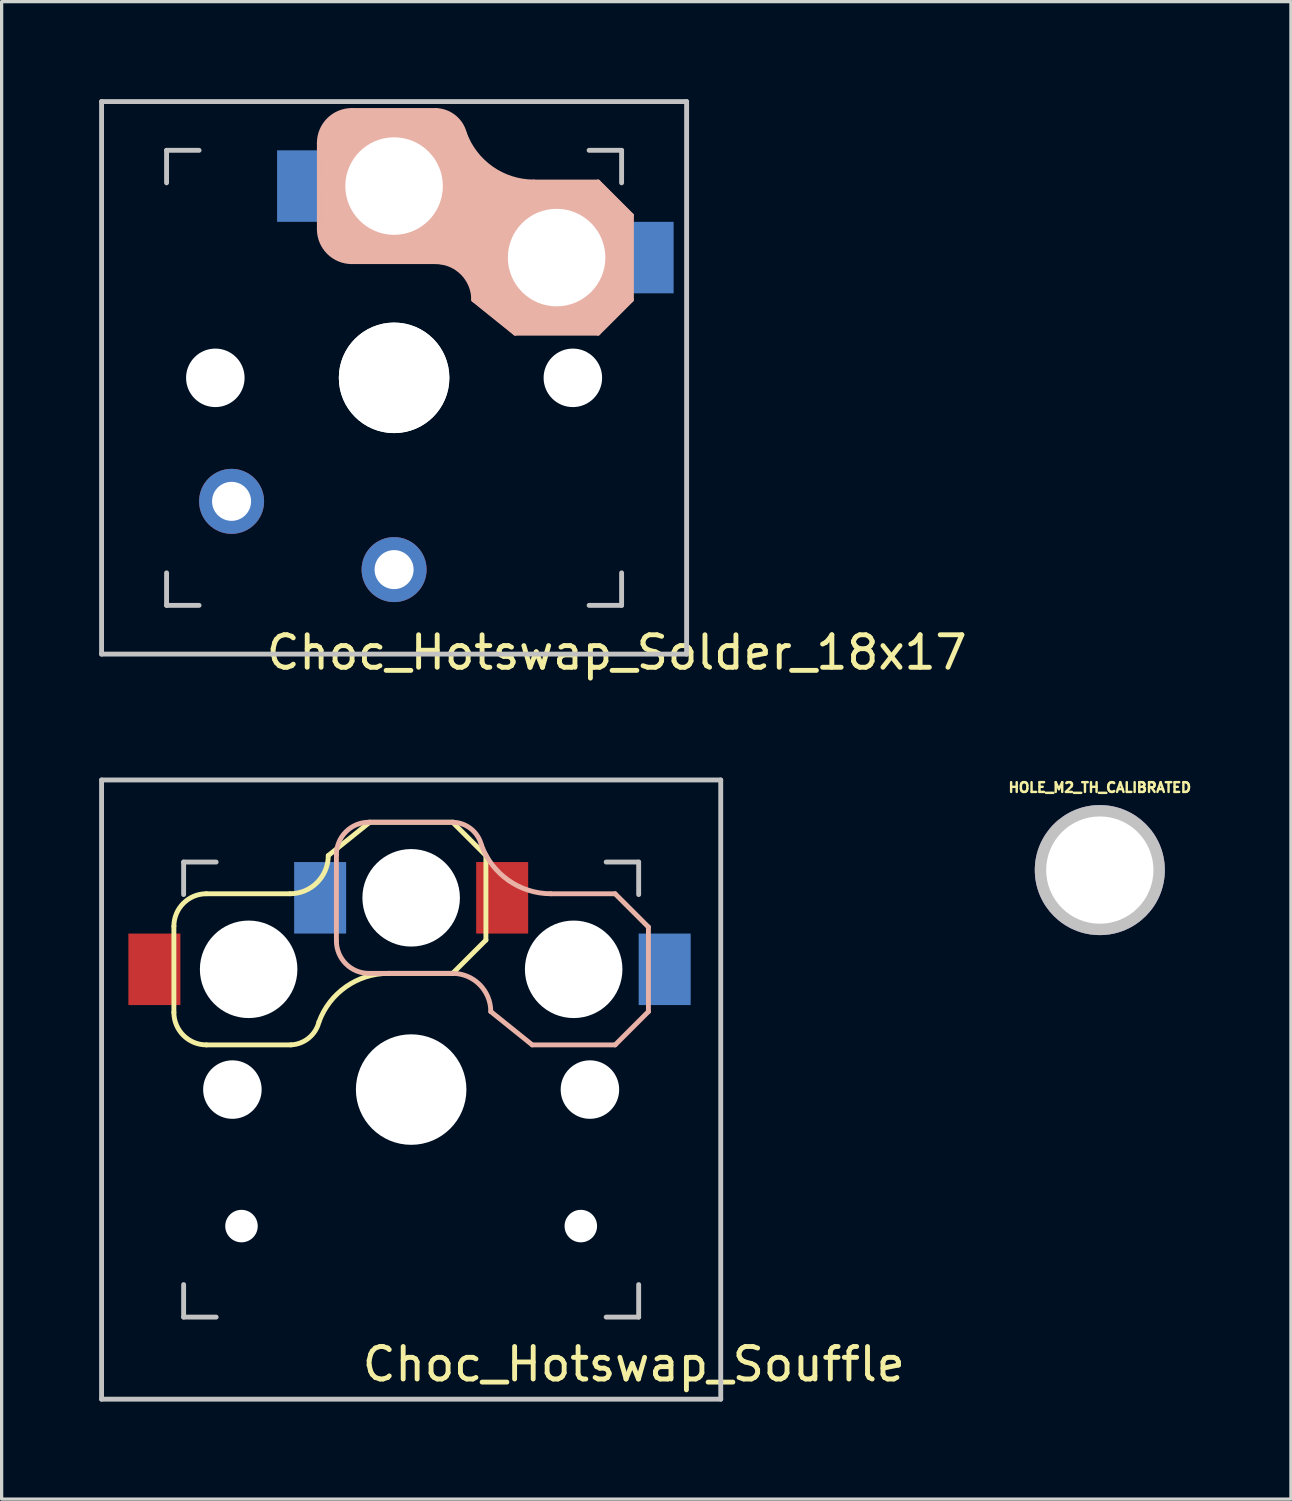
<source format=kicad_pcb>
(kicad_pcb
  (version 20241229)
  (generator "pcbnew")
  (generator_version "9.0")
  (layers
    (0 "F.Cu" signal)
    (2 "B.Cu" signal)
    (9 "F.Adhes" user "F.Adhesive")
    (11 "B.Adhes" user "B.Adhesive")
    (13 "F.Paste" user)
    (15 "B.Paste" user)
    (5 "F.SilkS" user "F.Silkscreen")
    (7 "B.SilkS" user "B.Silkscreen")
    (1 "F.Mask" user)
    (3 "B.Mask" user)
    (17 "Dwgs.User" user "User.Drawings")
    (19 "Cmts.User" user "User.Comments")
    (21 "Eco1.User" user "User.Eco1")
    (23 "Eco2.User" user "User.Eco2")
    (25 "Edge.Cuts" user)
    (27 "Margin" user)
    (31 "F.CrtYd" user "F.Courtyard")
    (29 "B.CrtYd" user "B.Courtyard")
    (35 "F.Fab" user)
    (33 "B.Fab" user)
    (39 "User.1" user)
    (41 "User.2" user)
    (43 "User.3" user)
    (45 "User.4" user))
  (footprint "Choc_Hotswap_Solder_18x17"
    (layer "F.Cu")
    (at 9.075 8.575)
    (property "Reference" "Choc_Hotswap_Solder_18x17" (at 6.85 8.45 180) (layer "F.SilkS") (effects (font (size 1 1) (thickness 0.15))))
    (attr through_hole)
    (fp_line (start -2.3 -4.575) (end -2.3 -7.225) (stroke (width 0.15) (type solid)) (layer "B.SilkS"))
    (fp_line (start -1.3 -7.225) (end 1.2 -7.225) (stroke (width 2) (type solid)) (layer "B.SilkS"))
    (fp_line (start -1.3 -8.225) (end 1.3 -8.225) (stroke (width 0.15) (type solid)) (layer "B.SilkS"))
    (fp_line (start -1.3 -3.575) (end 1.275 -3.575) (stroke (width 0.15) (type solid)) (layer "B.SilkS"))
    (fp_line (start -1.25 -5.9) (end 1.25 -5.9) (stroke (width 2) (type solid)) (layer "B.SilkS"))
    (fp_line (start -1.25 -4.575) (end 1.25 -4.575) (stroke (width 2) (type solid)) (layer "B.SilkS"))
    (fp_line (start -1.244 -4.662) (end -1.244 -7.162) (stroke (width 2) (type solid)) (layer "B.SilkS"))
    (fp_line (start 3.725 -1.375) (end 2.45 -2.4) (stroke (width 0.15) (type solid)) (layer "B.SilkS"))
    (fp_line (start 3.725 -1.375) (end 6.275 -1.375) (stroke (width 0.15) (type solid)) (layer "B.SilkS"))
    (fp_line (start 4.3 -6.025) (end 6.275 -6.025) (stroke (width 0.15) (type solid)) (layer "B.SilkS"))
    (fp_line (start 7.3 -5) (end 6.275 -6.025) (stroke (width 0.15) (type solid)) (layer "B.SilkS"))
    (fp_line (start 7.3 -2.4) (end 6.275 -1.375) (stroke (width 0.15) (type solid)) (layer "B.SilkS"))
    (fp_line (start 7.3 -2.4) (end 7.3 -5) (stroke (width 0.15) (type solid)) (layer "B.SilkS"))
    (fp_arc (start -2.3 -7.225) (mid -2.007107 -7.932107) (end -1.3 -8.225) (stroke (width 0.15) (type solid)) (layer "B.SilkS"))
    (fp_arc (start -1.3 -3.575) (mid -2.007107 -3.867893) (end -2.3 -4.575) (stroke (width 0.15) (type solid)) (layer "B.SilkS"))
    (fp_arc (start 1.275 -3.575) (mid 2.10585 -3.23085) (end 2.45 -2.4) (stroke (width 0.15) (type solid)) (layer "B.SilkS"))
    (fp_arc (start 1.300995 -8.223791) (mid 1.848284 -8.016021) (end 2.162199 -7.521904) (stroke (width 0.15) (type solid)) (layer "B.SilkS"))
    (fp_arc (start 4.3 -6.025) (mid 2.995114 -6.436429) (end 2.162199 -7.521904) (stroke (width 0.15) (type solid)) (layer "B.SilkS"))
    (fp_poly (pts (xy 7.3 -5) (xy 7.3 -2.4) (xy 6.275 -1.375) (xy 6.275 -6.025)) (stroke (width 0.12) (type solid)) (fill yes) (layer "B.SilkS"))
    (fp_poly (pts (xy 6.275 -1.375) (xy 3.725 -1.375) (xy 2.45 -2.4) (xy 4.3 -6.025) (xy 6.275 -6.025)) (stroke (width 0.12) (type solid)) (fill yes) (layer "B.SilkS"))
    (fp_poly (pts (xy 2.162 -7.522) (xy 2.334 -7.125) (xy 2.649 -6.713) (xy 2.986 -6.427) (xy 3.389 -6.195) (xy 3.759 -6.076) (xy 4 -6.025) (xy 4.3 -6.025) (xy 2.45 -2.4) (xy 2.407 -2.803) (xy 2.183 -3.195) (xy 1.909 -3.417) (xy 1.61 -3.536) (xy 1.275 -3.575) (xy 1.301 -8.224)) (stroke (width 0.12) (type solid)) (fill yes) (layer "B.SilkS"))
    (fp_line (start -9 -8.5) (end 9 -8.5) (stroke (width 0.15) (type solid)) (layer "Dwgs.User"))
    (fp_line (start -9 8.5) (end -9 -8.5) (stroke (width 0.15) (type solid)) (layer "Dwgs.User"))
    (fp_line (start -7 -7) (end -7 -6) (stroke (width 0.15) (type solid)) (layer "Dwgs.User"))
    (fp_line (start -7 6) (end -7 7) (stroke (width 0.15) (type solid)) (layer "Dwgs.User"))
    (fp_line (start -7 7) (end -6 7) (stroke (width 0.15) (type solid)) (layer "Dwgs.User"))
    (fp_line (start -6 -7) (end -7 -7) (stroke (width 0.15) (type solid)) (layer "Dwgs.User"))
    (fp_line (start 6 -7) (end 7 -7) (stroke (width 0.15) (type solid)) (layer "Dwgs.User"))
    (fp_line (start 7 -7) (end 7 -6) (stroke (width 0.15) (type solid)) (layer "Dwgs.User"))
    (fp_line (start 7 6) (end 7 7) (stroke (width 0.15) (type solid)) (layer "Dwgs.User"))
    (fp_line (start 7 7) (end 6 7) (stroke (width 0.15) (type solid)) (layer "Dwgs.User"))
    (fp_line (start 9 -8.5) (end 9 8.5) (stroke (width 0.15) (type solid)) (layer "Dwgs.User"))
    (fp_line (start 9 8.5) (end -9 8.5) (stroke (width 0.15) (type solid)) (layer "Dwgs.User"))
    (pad "" np_thru_hole circle (at -5.5 0 270) (size 1.8 1.8) (drill 1.8) (layers "*.Cu" "*.Mask"))
    (pad "" np_thru_hole circle (at 0 -5.9 270) (size 3 3) (drill 3) (layers "*.Cu" "*.Mask"))
    (pad "" np_thru_hole circle (at 0 0 180) (size 3.4 3.4) (drill 3.4) (layers "*.Cu" "*.Mask"))
    (pad "" np_thru_hole circle (at 0 0 270) (size 3.4 3.4) (drill 3.4) (layers "*.Cu" "*.Mask"))
    (pad "" np_thru_hole circle (at 5 -3.7 270) (size 3 3) (drill 3) (layers "*.Cu" "*.Mask"))
    (pad "" np_thru_hole circle (at 5.5 0 270) (size 1.8 1.8) (drill 1.8) (layers "*.Cu" "*.Mask"))
    (pad "1" thru_hole circle (at 0 5.9 180) (size 2 2) (drill 1.2) (layers "*.Cu" "*.Mask"))
    (pad "1" smd rect (at 7.8 -3.7) (size 1.6 2.2) (layers "B.Cu" "B.Mask" "B.Paste"))
    (pad "2" thru_hole circle (at -5 3.8 41.9) (size 2 2) (drill 1.2) (layers "*.Cu" "*.Mask"))
    (pad "2" smd rect (at -2.8 -5.9) (size 1.6 2.2) (layers "B.Cu" "B.Mask" "B.Paste")))
  (footprint "Choc_Hotswap_Souffle"
    (layer "F.Cu")
    (at 9.6 30.473)
    (property "Reference" "Choc_Hotswap_Souffle" (at 6.85 8.45 180) (layer "F.SilkS") (effects (font (size 1 1) (thickness 0.15))))
    (attr through_hole)
    (fp_line (start -7.3 -5.025) (end -7.3 -2.375) (stroke (width 0.15) (type solid)) (layer "F.SilkS"))
    (fp_line (start -6.3 -6.025) (end -3.725 -6.025) (stroke (width 0.15) (type solid)) (layer "F.SilkS"))
    (fp_line (start -6.3 -1.375) (end -3.7 -1.375) (stroke (width 0.15) (type solid)) (layer "F.SilkS"))
    (fp_line (start -1.275 -8.225) (end -2.55 -7.2) (stroke (width 0.15) (type solid)) (layer "F.SilkS"))
    (fp_line (start -1.275 -8.225) (end 1.275 -8.225) (stroke (width 0.15) (type solid)) (layer "F.SilkS"))
    (fp_line (start -0.7 -3.575) (end 1.275 -3.575) (stroke (width 0.15) (type solid)) (layer "F.SilkS"))
    (fp_line (start 2.3 -7.2) (end 1.275 -8.225) (stroke (width 0.15) (type solid)) (layer "F.SilkS"))
    (fp_line (start 2.3 -7.2) (end 2.3 -4.6) (stroke (width 0.15) (type solid)) (layer "F.SilkS"))
    (fp_line (start 2.3 -4.6) (end 1.275 -3.575) (stroke (width 0.15) (type solid)) (layer "F.SilkS"))
    (fp_arc (start -7.3 -5.025) (mid -7.007107 -5.732107) (end -6.3 -6.025) (stroke (width 0.15) (type solid)) (layer "F.SilkS"))
    (fp_arc (start -6.3 -1.375) (mid -7.007107 -1.667893) (end -7.3 -2.375) (stroke (width 0.15) (type solid)) (layer "F.SilkS"))
    (fp_arc (start -2.837801 -2.078096) (mid -3.151716 -1.583979) (end -3.699005 -1.376209) (stroke (width 0.15) (type solid)) (layer "F.SilkS"))
    (fp_arc (start -2.837801 -2.078096) (mid -2.004887 -3.163571) (end -0.7 -3.575) (stroke (width 0.15) (type solid)) (layer "F.SilkS"))
    (fp_arc (start -2.55 -7.2) (mid -2.89415 -6.36915) (end -3.725 -6.025) (stroke (width 0.15) (type solid)) (layer "F.SilkS"))
    (fp_line (start -2.3 -4.575) (end -2.3 -7.225) (stroke (width 0.15) (type solid)) (layer "B.SilkS"))
    (fp_line (start -1.3 -8.225) (end 1.3 -8.225) (stroke (width 0.15) (type solid)) (layer "B.SilkS"))
    (fp_line (start -1.3 -3.575) (end 1.275 -3.575) (stroke (width 0.15) (type solid)) (layer "B.SilkS"))
    (fp_line (start 3.725 -1.375) (end 2.45 -2.4) (stroke (width 0.15) (type solid)) (layer "B.SilkS"))
    (fp_line (start 3.725 -1.375) (end 6.275 -1.375) (stroke (width 0.15) (type solid)) (layer "B.SilkS"))
    (fp_line (start 4.3 -6.025) (end 6.275 -6.025) (stroke (width 0.15) (type solid)) (layer "B.SilkS"))
    (fp_line (start 7.3 -5) (end 6.275 -6.025) (stroke (width 0.15) (type solid)) (layer "B.SilkS"))
    (fp_line (start 7.3 -2.4) (end 6.275 -1.375) (stroke (width 0.15) (type solid)) (layer "B.SilkS"))
    (fp_line (start 7.3 -2.4) (end 7.3 -5) (stroke (width 0.15) (type solid)) (layer "B.SilkS"))
    (fp_arc (start -2.3 -7.225) (mid -2.007107 -7.932107) (end -1.3 -8.225) (stroke (width 0.15) (type solid)) (layer "B.SilkS"))
    (fp_arc (start -1.3 -3.575) (mid -2.007107 -3.867893) (end -2.3 -4.575) (stroke (width 0.15) (type solid)) (layer "B.SilkS"))
    (fp_arc (start 1.275 -3.575) (mid 2.10585 -3.23085) (end 2.45 -2.4) (stroke (width 0.15) (type solid)) (layer "B.SilkS"))
    (fp_arc (start 1.300995 -8.223791) (mid 1.848284 -8.016021) (end 2.162199 -7.521904) (stroke (width 0.15) (type solid)) (layer "B.SilkS"))
    (fp_arc (start 4.3 -6.025) (mid 2.995114 -6.436429) (end 2.162199 -7.521904) (stroke (width 0.15) (type solid)) (layer "B.SilkS"))
    (fp_line (start -9.525 -9.525) (end 9.525 -9.525) (stroke (width 0.15) (type solid)) (layer "Dwgs.User"))
    (fp_line (start -9.525 9.525) (end -9.525 -9.525) (stroke (width 0.15) (type solid)) (layer "Dwgs.User"))
    (fp_line (start -7 -7) (end -7 -6) (stroke (width 0.15) (type solid)) (layer "Dwgs.User"))
    (fp_line (start -7 6) (end -7 7) (stroke (width 0.15) (type solid)) (layer "Dwgs.User"))
    (fp_line (start -7 7) (end -6 7) (stroke (width 0.15) (type solid)) (layer "Dwgs.User"))
    (fp_line (start -6 -7) (end -7 -7) (stroke (width 0.15) (type solid)) (layer "Dwgs.User"))
    (fp_line (start 6 -7) (end 7 -7) (stroke (width 0.15) (type solid)) (layer "Dwgs.User"))
    (fp_line (start 7 -7) (end 7 -6) (stroke (width 0.15) (type solid)) (layer "Dwgs.User"))
    (fp_line (start 7 6) (end 7 7) (stroke (width 0.15) (type solid)) (layer "Dwgs.User"))
    (fp_line (start 7 7) (end 6 7) (stroke (width 0.15) (type solid)) (layer "Dwgs.User"))
    (fp_line (start 9.525 -9.525) (end 9.525 9.525) (stroke (width 0.15) (type solid)) (layer "Dwgs.User"))
    (fp_line (start 9.525 9.525) (end -9.525 9.525) (stroke (width 0.15) (type solid)) (layer "Dwgs.User"))
    (pad "" np_thru_hole circle (at -5.5 0 270) (size 1.8 1.8) (drill 1.8) (layers "*.Cu" "*.Mask"))
    (pad "" np_thru_hole circle (at -5.22 4.2) (size 1 1) (drill 1) (layers "*.Cu" "*.Mask"))
    (pad "" np_thru_hole circle (at -5 -3.7 90) (size 3 3) (drill 3) (layers "*.Cu" "*.Mask"))
    (pad "" np_thru_hole circle (at 0 -5.9 270) (size 3 3) (drill 3) (layers "*.Cu" "*.Mask"))
    (pad "" np_thru_hole circle (at 0 0 270) (size 3.4 3.4) (drill 3.4) (layers "*.Cu" "*.Mask"))
    (pad "" np_thru_hole circle (at 5 -3.7 270) (size 3 3) (drill 3) (layers "*.Cu" "*.Mask"))
    (pad "" np_thru_hole circle (at 5.22 4.2) (size 1 1) (drill 1) (layers "*.Cu" "*.Mask"))
    (pad "" np_thru_hole circle (at 5.5 0 270) (size 1.8 1.8) (drill 1.8) (layers "*.Cu" "*.Mask"))
    (pad "1" smd rect (at -7.9 -3.7) (size 1.6 2.2) (layers "F.Cu" "F.Mask" "F.Paste"))
    (pad "1" smd rect (at -2.8 -5.9) (size 1.6 2.2) (layers "B.Cu" "B.Mask" "B.Paste"))
    (pad "2" smd rect (at 2.8 -5.9) (size 1.6 2.2) (layers "F.Cu" "F.Mask" "F.Paste"))
    (pad "2" smd rect (at 7.8 -3.7) (size 1.6 2.2) (layers "B.Cu" "B.Mask" "B.Paste")))
  (footprint "HOLE_M2_TH_CALIBRATED"
    (layer "F.Cu")
    (at 30.788 23.72)
    (property "Reference" "HOLE_M2_TH_CALIBRATED" (at 0 -2.54 0) (layer "F.SilkS") (effects (font (size 0.3 0.3) (thickness 0.076))))
    (attr through_hole)
    (pad "" thru_hole circle (at 0 0 90) (size 4 4) (drill 3.3) (layers "*.Cu" "*.Mask" "Dwgs.User")))
  (gr_rect
    (start -3 -3)
    (end 36.668 43.073)
    (stroke (width 0.1) (type default))
    (fill no)
    (layer "Edge.Cuts")))
</source>
